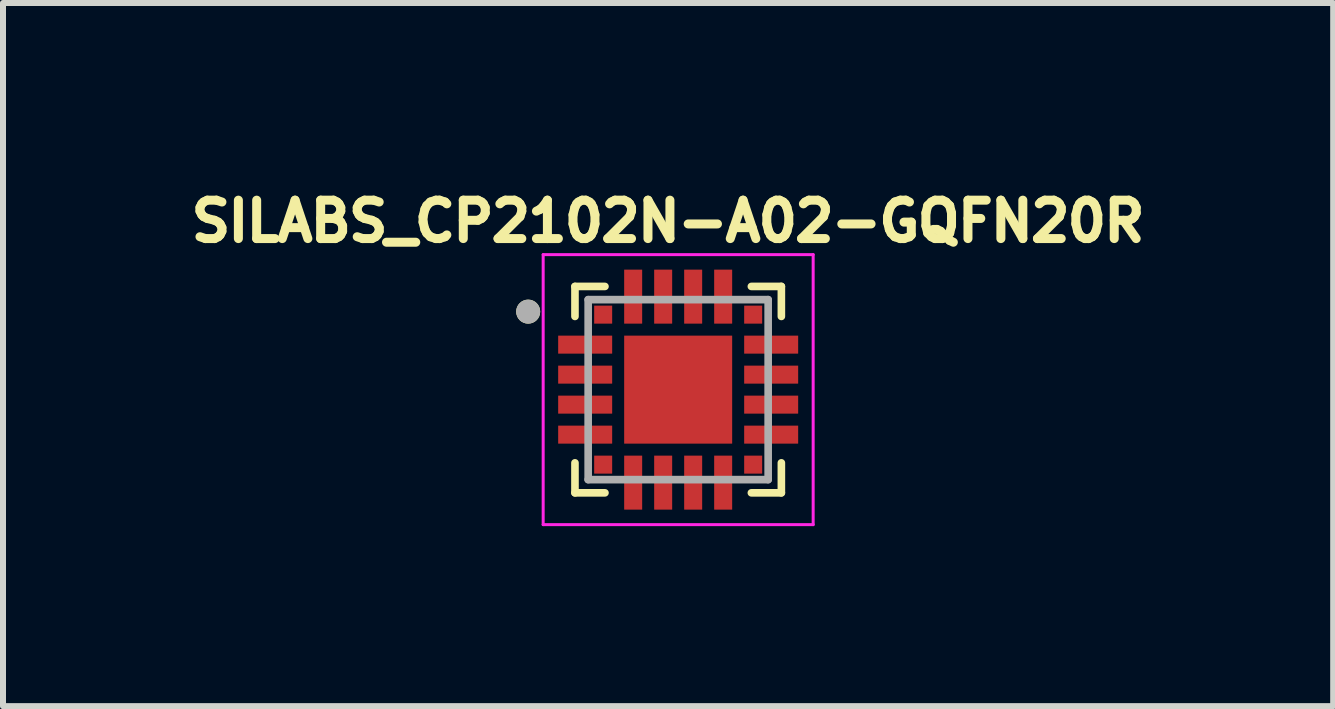
<source format=kicad_pcb>
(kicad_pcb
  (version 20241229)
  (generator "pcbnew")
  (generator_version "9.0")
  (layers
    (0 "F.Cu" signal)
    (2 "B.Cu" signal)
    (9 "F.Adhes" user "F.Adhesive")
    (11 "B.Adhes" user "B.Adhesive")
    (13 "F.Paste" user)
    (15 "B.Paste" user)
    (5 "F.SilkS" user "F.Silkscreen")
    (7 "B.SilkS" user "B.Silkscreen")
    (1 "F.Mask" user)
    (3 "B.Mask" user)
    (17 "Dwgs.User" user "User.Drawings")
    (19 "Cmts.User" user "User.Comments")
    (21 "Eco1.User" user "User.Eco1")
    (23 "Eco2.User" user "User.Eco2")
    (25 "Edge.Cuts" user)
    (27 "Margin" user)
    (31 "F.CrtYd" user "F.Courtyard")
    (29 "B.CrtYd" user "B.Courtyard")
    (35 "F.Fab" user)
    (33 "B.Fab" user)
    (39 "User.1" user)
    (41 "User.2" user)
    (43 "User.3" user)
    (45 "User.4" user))
  (footprint "SILABS_CP2102N-A02-GQFN20R"
    (layer "F.Cu")
    (at 8.253 3.444)
    (property "Reference" "SILABS_CP2102N-A02-GQFN20R" (at -0.168 -2.806 0) (layer "F.SilkS") (effects (font (size 0.64 0.64) (thickness 0.15))))
    (attr smd)
    (fp_line (start -1.72 -1.72) (end -1.22 -1.72) (stroke (width 0.127) (type solid)) (layer "F.SilkS"))
    (fp_line (start -1.72 -1.22) (end -1.72 -1.72) (stroke (width 0.127) (type solid)) (layer "F.SilkS"))
    (fp_line (start -1.72 1.72) (end -1.72 1.22) (stroke (width 0.127) (type solid)) (layer "F.SilkS"))
    (fp_line (start -1.22 1.72) (end -1.72 1.72) (stroke (width 0.127) (type solid)) (layer "F.SilkS"))
    (fp_line (start 1.22 -1.72) (end 1.72 -1.72) (stroke (width 0.127) (type solid)) (layer "F.SilkS"))
    (fp_line (start 1.72 -1.72) (end 1.72 -1.22) (stroke (width 0.127) (type solid)) (layer "F.SilkS"))
    (fp_line (start 1.72 1.22) (end 1.72 1.72) (stroke (width 0.127) (type solid)) (layer "F.SilkS"))
    (fp_line (start 1.72 1.72) (end 1.22 1.72) (stroke (width 0.127) (type solid)) (layer "F.SilkS"))
    (fp_circle (center -2.5 -1.3) (end -2.4 -1.3) (stroke (width 0.2) (type solid)) (fill no) (layer "F.SilkS"))
    (fp_poly (pts (xy -0.85 -0.85) (xy -0.1 -0.85) (xy -0.1 -0.1) (xy -0.85 -0.1)) (stroke (width 0.01) (type solid)) (fill yes) (layer "F.Paste"))
    (fp_poly (pts (xy -0.85 0.1) (xy -0.1 0.1) (xy -0.1 0.85) (xy -0.85 0.85)) (stroke (width 0.01) (type solid)) (fill yes) (layer "F.Paste"))
    (fp_poly (pts (xy 0.1 -0.85) (xy 0.85 -0.85) (xy 0.85 -0.1) (xy 0.1 -0.1)) (stroke (width 0.01) (type solid)) (fill yes) (layer "F.Paste"))
    (fp_poly (pts (xy 0.1 0.1) (xy 0.85 0.1) (xy 0.85 0.85) (xy 0.1 0.85)) (stroke (width 0.01) (type solid)) (fill yes) (layer "F.Paste"))
    (fp_line (start -2.25 -2.25) (end 2.25 -2.25) (stroke (width 0.05) (type solid)) (layer "F.CrtYd"))
    (fp_line (start -2.25 2.25) (end -2.25 -2.25) (stroke (width 0.05) (type solid)) (layer "F.CrtYd"))
    (fp_line (start 2.25 -2.25) (end 2.25 2.25) (stroke (width 0.05) (type solid)) (layer "F.CrtYd"))
    (fp_line (start 2.25 2.25) (end -2.25 2.25) (stroke (width 0.05) (type solid)) (layer "F.CrtYd"))
    (fp_line (start -1.5 -1.5) (end 1.5 -1.5) (stroke (width 0.127) (type solid)) (layer "F.Fab"))
    (fp_line (start -1.5 1.5) (end -1.5 -1.5) (stroke (width 0.127) (type solid)) (layer "F.Fab"))
    (fp_line (start 1.5 -1.5) (end 1.5 1.5) (stroke (width 0.127) (type solid)) (layer "F.Fab"))
    (fp_line (start 1.5 1.5) (end -1.5 1.5) (stroke (width 0.127) (type solid)) (layer "F.Fab"))
    (fp_circle (center -2.5 -1.3) (end -2.4 -1.3) (stroke (width 0.2) (type solid)) (fill no) (layer "F.Fab"))
    (pad "1" smd rect (at -1.25 -1.25) (size 0.3 0.3) (layers "F.Cu" "F.Mask" "F.Paste"))
    (pad "2" smd rect (at -1.55 -0.75) (size 0.9 0.3) (layers "F.Cu" "F.Mask" "F.Paste"))
    (pad "3" smd rect (at -1.55 -0.25) (size 0.9 0.3) (layers "F.Cu" "F.Mask" "F.Paste"))
    (pad "4" smd rect (at -1.55 0.25) (size 0.9 0.3) (layers "F.Cu" "F.Mask" "F.Paste"))
    (pad "5" smd rect (at -1.55 0.75) (size 0.9 0.3) (layers "F.Cu" "F.Mask" "F.Paste"))
    (pad "6" smd rect (at -1.25 1.25) (size 0.3 0.3) (layers "F.Cu" "F.Mask" "F.Paste"))
    (pad "7" smd rect (at -0.75 1.55 90) (size 0.9 0.3) (layers "F.Cu" "F.Mask" "F.Paste"))
    (pad "8" smd rect (at -0.25 1.55 90) (size 0.9 0.3) (layers "F.Cu" "F.Mask" "F.Paste"))
    (pad "9" smd rect (at 0.25 1.55 90) (size 0.9 0.3) (layers "F.Cu" "F.Mask" "F.Paste"))
    (pad "10" smd rect (at 0.75 1.55 90) (size 0.9 0.3) (layers "F.Cu" "F.Mask" "F.Paste"))
    (pad "11" smd rect (at 1.25 1.25 90) (size 0.3 0.3) (layers "F.Cu" "F.Mask" "F.Paste"))
    (pad "12" smd rect (at 1.55 0.75 180) (size 0.9 0.3) (layers "F.Cu" "F.Mask" "F.Paste"))
    (pad "13" smd rect (at 1.55 0.25 180) (size 0.9 0.3) (layers "F.Cu" "F.Mask" "F.Paste"))
    (pad "14" smd rect (at 1.55 -0.25 180) (size 0.9 0.3) (layers "F.Cu" "F.Mask" "F.Paste"))
    (pad "15" smd rect (at 1.55 -0.75 180) (size 0.9 0.3) (layers "F.Cu" "F.Mask" "F.Paste"))
    (pad "16" smd rect (at 1.25 -1.25 180) (size 0.3 0.3) (layers "F.Cu" "F.Mask" "F.Paste"))
    (pad "17" smd rect (at 0.75 -1.55 270) (size 0.9 0.3) (layers "F.Cu" "F.Mask" "F.Paste"))
    (pad "18" smd rect (at 0.25 -1.55 270) (size 0.9 0.3) (layers "F.Cu" "F.Mask" "F.Paste"))
    (pad "19" smd rect (at -0.25 -1.55 270) (size 0.9 0.3) (layers "F.Cu" "F.Mask" "F.Paste"))
    (pad "20" smd rect (at -0.75 -1.55 270) (size 0.9 0.3) (layers "F.Cu" "F.Mask" "F.Paste"))
    (pad "21" smd rect (at 0 0 270) (size 1.8 1.8) (layers "F.Cu" "F.Mask")))
  (gr_rect
    (start -3 -3)
    (end 19.17 8.719)
    (stroke (width 0.1) (type default))
    (fill no)
    (layer "Edge.Cuts")))
</source>
